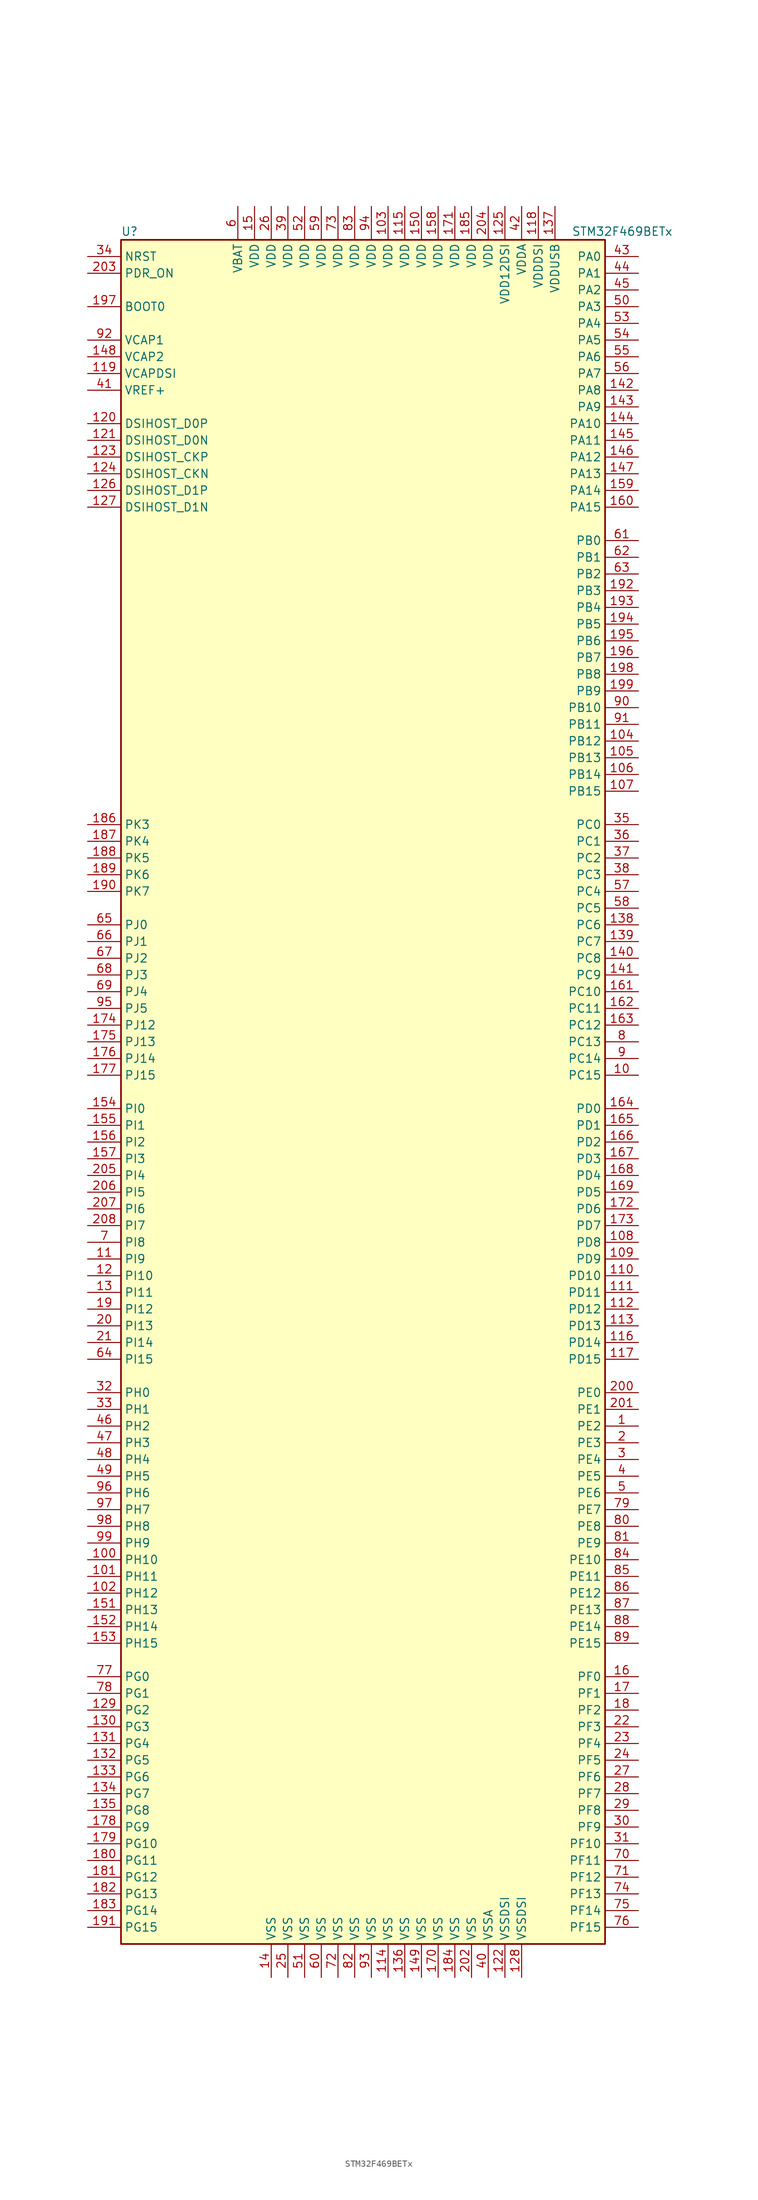
<source format=kicad_sym>
(kicad_symbol_lib
  (version 20220914)
  (generator kicad_symbol_editor)
  (symbol "STM32F469BETx"
    (property "Reference" "U"
      (at -38.1 130.81 0)
      (effects (font (size 1.27 1.27)) (justify left)))
    (property "Value" "STM32F469BETx"
      (at 30.48 130.81 0)
      (effects (font (size 1.27 1.27)) (justify left)))
    (symbol "STM32F469BETx_0_1"
      (rectangle (start -38.1 -129.54) (end 35.56 129.54) (stroke (width 0.254) (type default)) (fill (type background))))
    (symbol "STM32F469BETx_1_1"
      (pin bidirectional line (at 40.64 -50.8 180) (length 5.08) (name "PE2" (effects (font (size 1.27 1.27)))) (number "1" (effects (font (size 1.27 1.27)))))
      (pin bidirectional line (at 40.64 2.54 180) (length 5.08) (name "PC15" (effects (font (size 1.27 1.27)))) (number "10" (effects (font (size 1.27 1.27)))))
      (pin bidirectional line (at -43.18 -71.12 0) (length 5.08) (name "PH10" (effects (font (size 1.27 1.27)))) (number "100" (effects (font (size 1.27 1.27)))))
      (pin bidirectional line (at -43.18 -73.66 0) (length 5.08) (name "PH11" (effects (font (size 1.27 1.27)))) (number "101" (effects (font (size 1.27 1.27)))))
      (pin bidirectional line (at -43.18 -76.2 0) (length 5.08) (name "PH12" (effects (font (size 1.27 1.27)))) (number "102" (effects (font (size 1.27 1.27)))))
      (pin power_in line (at 2.54 134.62 270) (length 5.08) (name "VDD" (effects (font (size 1.27 1.27)))) (number "103" (effects (font (size 1.27 1.27)))))
      (pin bidirectional line (at 40.64 53.34 180) (length 5.08) (name "PB12" (effects (font (size 1.27 1.27)))) (number "104" (effects (font (size 1.27 1.27)))))
      (pin bidirectional line (at 40.64 50.8 180) (length 5.08) (name "PB13" (effects (font (size 1.27 1.27)))) (number "105" (effects (font (size 1.27 1.27)))))
      (pin bidirectional line (at 40.64 48.26 180) (length 5.08) (name "PB14" (effects (font (size 1.27 1.27)))) (number "106" (effects (font (size 1.27 1.27)))))
      (pin bidirectional line (at 40.64 45.72 180) (length 5.08) (name "PB15" (effects (font (size 1.27 1.27)))) (number "107" (effects (font (size 1.27 1.27)))))
      (pin bidirectional line (at 40.64 -22.86 180) (length 5.08) (name "PD8" (effects (font (size 1.27 1.27)))) (number "108" (effects (font (size 1.27 1.27)))))
      (pin bidirectional line (at 40.64 -25.4 180) (length 5.08) (name "PD9" (effects (font (size 1.27 1.27)))) (number "109" (effects (font (size 1.27 1.27)))))
      (pin bidirectional line (at -43.18 -25.4 0) (length 5.08) (name "PI9" (effects (font (size 1.27 1.27)))) (number "11" (effects (font (size 1.27 1.27)))))
      (pin bidirectional line (at 40.64 -27.94 180) (length 5.08) (name "PD10" (effects (font (size 1.27 1.27)))) (number "110" (effects (font (size 1.27 1.27)))))
      (pin bidirectional line (at 40.64 -30.48 180) (length 5.08) (name "PD11" (effects (font (size 1.27 1.27)))) (number "111" (effects (font (size 1.27 1.27)))))
      (pin bidirectional line (at 40.64 -33.02 180) (length 5.08) (name "PD12" (effects (font (size 1.27 1.27)))) (number "112" (effects (font (size 1.27 1.27)))))
      (pin bidirectional line (at 40.64 -35.56 180) (length 5.08) (name "PD13" (effects (font (size 1.27 1.27)))) (number "113" (effects (font (size 1.27 1.27)))))
      (pin power_in line (at 2.54 -134.62 90) (length 5.08) (name "VSS" (effects (font (size 1.27 1.27)))) (number "114" (effects (font (size 1.27 1.27)))))
      (pin power_in line (at 5.08 134.62 270) (length 5.08) (name "VDD" (effects (font (size 1.27 1.27)))) (number "115" (effects (font (size 1.27 1.27)))))
      (pin bidirectional line (at 40.64 -38.1 180) (length 5.08) (name "PD14" (effects (font (size 1.27 1.27)))) (number "116" (effects (font (size 1.27 1.27)))))
      (pin bidirectional line (at 40.64 -40.64 180) (length 5.08) (name "PD15" (effects (font (size 1.27 1.27)))) (number "117" (effects (font (size 1.27 1.27)))))
      (pin power_in line (at 25.4 134.62 270) (length 5.08) (name "VDDDSI" (effects (font (size 1.27 1.27)))) (number "118" (effects (font (size 1.27 1.27)))))
      (pin power_in line (at -43.18 109.22 0) (length 5.08) (name "VCAPDSI" (effects (font (size 1.27 1.27)))) (number "119" (effects (font (size 1.27 1.27)))))
      (pin bidirectional line (at -43.18 -27.94 0) (length 5.08) (name "PI10" (effects (font (size 1.27 1.27)))) (number "12" (effects (font (size 1.27 1.27)))))
      (pin bidirectional line (at -43.18 101.6 0) (length 5.08) (name "DSIHOST_D0P" (effects (font (size 1.27 1.27)))) (number "120" (effects (font (size 1.27 1.27)))))
      (pin bidirectional line (at -43.18 99.06 0) (length 5.08) (name "DSIHOST_D0N" (effects (font (size 1.27 1.27)))) (number "121" (effects (font (size 1.27 1.27)))))
      (pin power_in line (at 20.32 -134.62 90) (length 5.08) (name "VSSDSI" (effects (font (size 1.27 1.27)))) (number "122" (effects (font (size 1.27 1.27)))))
      (pin bidirectional line (at -43.18 96.52 0) (length 5.08) (name "DSIHOST_CKP" (effects (font (size 1.27 1.27)))) (number "123" (effects (font (size 1.27 1.27)))))
      (pin bidirectional line (at -43.18 93.98 0) (length 5.08) (name "DSIHOST_CKN" (effects (font (size 1.27 1.27)))) (number "124" (effects (font (size 1.27 1.27)))))
      (pin power_in line (at 20.32 134.62 270) (length 5.08) (name "VDD12DSI" (effects (font (size 1.27 1.27)))) (number "125" (effects (font (size 1.27 1.27)))))
      (pin bidirectional line (at -43.18 91.44 0) (length 5.08) (name "DSIHOST_D1P" (effects (font (size 1.27 1.27)))) (number "126" (effects (font (size 1.27 1.27)))))
      (pin bidirectional line (at -43.18 88.9 0) (length 5.08) (name "DSIHOST_D1N" (effects (font (size 1.27 1.27)))) (number "127" (effects (font (size 1.27 1.27)))))
      (pin power_in line (at 22.86 -134.62 90) (length 5.08) (name "VSSDSI" (effects (font (size 1.27 1.27)))) (number "128" (effects (font (size 1.27 1.27)))))
      (pin bidirectional line (at -43.18 -93.98 0) (length 5.08) (name "PG2" (effects (font (size 1.27 1.27)))) (number "129" (effects (font (size 1.27 1.27)))))
      (pin bidirectional line (at -43.18 -30.48 0) (length 5.08) (name "PI11" (effects (font (size 1.27 1.27)))) (number "13" (effects (font (size 1.27 1.27)))))
      (pin bidirectional line (at -43.18 -96.52 0) (length 5.08) (name "PG3" (effects (font (size 1.27 1.27)))) (number "130" (effects (font (size 1.27 1.27)))))
      (pin bidirectional line (at -43.18 -99.06 0) (length 5.08) (name "PG4" (effects (font (size 1.27 1.27)))) (number "131" (effects (font (size 1.27 1.27)))))
      (pin bidirectional line (at -43.18 -101.6 0) (length 5.08) (name "PG5" (effects (font (size 1.27 1.27)))) (number "132" (effects (font (size 1.27 1.27)))))
      (pin bidirectional line (at -43.18 -104.14 0) (length 5.08) (name "PG6" (effects (font (size 1.27 1.27)))) (number "133" (effects (font (size 1.27 1.27)))))
      (pin bidirectional line (at -43.18 -106.68 0) (length 5.08) (name "PG7" (effects (font (size 1.27 1.27)))) (number "134" (effects (font (size 1.27 1.27)))))
      (pin bidirectional line (at -43.18 -109.22 0) (length 5.08) (name "PG8" (effects (font (size 1.27 1.27)))) (number "135" (effects (font (size 1.27 1.27)))))
      (pin power_in line (at 5.08 -134.62 90) (length 5.08) (name "VSS" (effects (font (size 1.27 1.27)))) (number "136" (effects (font (size 1.27 1.27)))))
      (pin power_in line (at 27.94 134.62 270) (length 5.08) (name "VDDUSB" (effects (font (size 1.27 1.27)))) (number "137" (effects (font (size 1.27 1.27)))))
      (pin bidirectional line (at 40.64 25.4 180) (length 5.08) (name "PC6" (effects (font (size 1.27 1.27)))) (number "138" (effects (font (size 1.27 1.27)))))
      (pin bidirectional line (at 40.64 22.86 180) (length 5.08) (name "PC7" (effects (font (size 1.27 1.27)))) (number "139" (effects (font (size 1.27 1.27)))))
      (pin power_in line (at -15.24 -134.62 90) (length 5.08) (name "VSS" (effects (font (size 1.27 1.27)))) (number "14" (effects (font (size 1.27 1.27)))))
      (pin bidirectional line (at 40.64 20.32 180) (length 5.08) (name "PC8" (effects (font (size 1.27 1.27)))) (number "140" (effects (font (size 1.27 1.27)))))
      (pin bidirectional line (at 40.64 17.78 180) (length 5.08) (name "PC9" (effects (font (size 1.27 1.27)))) (number "141" (effects (font (size 1.27 1.27)))))
      (pin bidirectional line (at 40.64 106.68 180) (length 5.08) (name "PA8" (effects (font (size 1.27 1.27)))) (number "142" (effects (font (size 1.27 1.27)))))
      (pin bidirectional line (at 40.64 104.14 180) (length 5.08) (name "PA9" (effects (font (size 1.27 1.27)))) (number "143" (effects (font (size 1.27 1.27)))))
      (pin bidirectional line (at 40.64 101.6 180) (length 5.08) (name "PA10" (effects (font (size 1.27 1.27)))) (number "144" (effects (font (size 1.27 1.27)))))
      (pin bidirectional line (at 40.64 99.06 180) (length 5.08) (name "PA11" (effects (font (size 1.27 1.27)))) (number "145" (effects (font (size 1.27 1.27)))))
      (pin bidirectional line (at 40.64 96.52 180) (length 5.08) (name "PA12" (effects (font (size 1.27 1.27)))) (number "146" (effects (font (size 1.27 1.27)))))
      (pin bidirectional line (at 40.64 93.98 180) (length 5.08) (name "PA13" (effects (font (size 1.27 1.27)))) (number "147" (effects (font (size 1.27 1.27)))))
      (pin power_in line (at -43.18 111.76 0) (length 5.08) (name "VCAP2" (effects (font (size 1.27 1.27)))) (number "148" (effects (font (size 1.27 1.27)))))
      (pin power_in line (at 7.62 -134.62 90) (length 5.08) (name "VSS" (effects (font (size 1.27 1.27)))) (number "149" (effects (font (size 1.27 1.27)))))
      (pin power_in line (at -17.78 134.62 270) (length 5.08) (name "VDD" (effects (font (size 1.27 1.27)))) (number "15" (effects (font (size 1.27 1.27)))))
      (pin power_in line (at 7.62 134.62 270) (length 5.08) (name "VDD" (effects (font (size 1.27 1.27)))) (number "150" (effects (font (size 1.27 1.27)))))
      (pin bidirectional line (at -43.18 -78.74 0) (length 5.08) (name "PH13" (effects (font (size 1.27 1.27)))) (number "151" (effects (font (size 1.27 1.27)))))
      (pin bidirectional line (at -43.18 -81.28 0) (length 5.08) (name "PH14" (effects (font (size 1.27 1.27)))) (number "152" (effects (font (size 1.27 1.27)))))
      (pin bidirectional line (at -43.18 -83.82 0) (length 5.08) (name "PH15" (effects (font (size 1.27 1.27)))) (number "153" (effects (font (size 1.27 1.27)))))
      (pin bidirectional line (at -43.18 -2.54 0) (length 5.08) (name "PI0" (effects (font (size 1.27 1.27)))) (number "154" (effects (font (size 1.27 1.27)))))
      (pin bidirectional line (at -43.18 -5.08 0) (length 5.08) (name "PI1" (effects (font (size 1.27 1.27)))) (number "155" (effects (font (size 1.27 1.27)))))
      (pin bidirectional line (at -43.18 -7.62 0) (length 5.08) (name "PI2" (effects (font (size 1.27 1.27)))) (number "156" (effects (font (size 1.27 1.27)))))
      (pin bidirectional line (at -43.18 -10.16 0) (length 5.08) (name "PI3" (effects (font (size 1.27 1.27)))) (number "157" (effects (font (size 1.27 1.27)))))
      (pin power_in line (at 10.16 134.62 270) (length 5.08) (name "VDD" (effects (font (size 1.27 1.27)))) (number "158" (effects (font (size 1.27 1.27)))))
      (pin bidirectional line (at 40.64 91.44 180) (length 5.08) (name "PA14" (effects (font (size 1.27 1.27)))) (number "159" (effects (font (size 1.27 1.27)))))
      (pin bidirectional line (at 40.64 -88.9 180) (length 5.08) (name "PF0" (effects (font (size 1.27 1.27)))) (number "16" (effects (font (size 1.27 1.27)))))
      (pin bidirectional line (at 40.64 88.9 180) (length 5.08) (name "PA15" (effects (font (size 1.27 1.27)))) (number "160" (effects (font (size 1.27 1.27)))))
      (pin bidirectional line (at 40.64 15.24 180) (length 5.08) (name "PC10" (effects (font (size 1.27 1.27)))) (number "161" (effects (font (size 1.27 1.27)))))
      (pin bidirectional line (at 40.64 12.7 180) (length 5.08) (name "PC11" (effects (font (size 1.27 1.27)))) (number "162" (effects (font (size 1.27 1.27)))))
      (pin bidirectional line (at 40.64 10.16 180) (length 5.08) (name "PC12" (effects (font (size 1.27 1.27)))) (number "163" (effects (font (size 1.27 1.27)))))
      (pin bidirectional line (at 40.64 -2.54 180) (length 5.08) (name "PD0" (effects (font (size 1.27 1.27)))) (number "164" (effects (font (size 1.27 1.27)))))
      (pin bidirectional line (at 40.64 -5.08 180) (length 5.08) (name "PD1" (effects (font (size 1.27 1.27)))) (number "165" (effects (font (size 1.27 1.27)))))
      (pin bidirectional line (at 40.64 -7.62 180) (length 5.08) (name "PD2" (effects (font (size 1.27 1.27)))) (number "166" (effects (font (size 1.27 1.27)))))
      (pin bidirectional line (at 40.64 -10.16 180) (length 5.08) (name "PD3" (effects (font (size 1.27 1.27)))) (number "167" (effects (font (size 1.27 1.27)))))
      (pin bidirectional line (at 40.64 -12.7 180) (length 5.08) (name "PD4" (effects (font (size 1.27 1.27)))) (number "168" (effects (font (size 1.27 1.27)))))
      (pin bidirectional line (at 40.64 -15.24 180) (length 5.08) (name "PD5" (effects (font (size 1.27 1.27)))) (number "169" (effects (font (size 1.27 1.27)))))
      (pin bidirectional line (at 40.64 -91.44 180) (length 5.08) (name "PF1" (effects (font (size 1.27 1.27)))) (number "17" (effects (font (size 1.27 1.27)))))
      (pin power_in line (at 10.16 -134.62 90) (length 5.08) (name "VSS" (effects (font (size 1.27 1.27)))) (number "170" (effects (font (size 1.27 1.27)))))
      (pin power_in line (at 12.7 134.62 270) (length 5.08) (name "VDD" (effects (font (size 1.27 1.27)))) (number "171" (effects (font (size 1.27 1.27)))))
      (pin bidirectional line (at 40.64 -17.78 180) (length 5.08) (name "PD6" (effects (font (size 1.27 1.27)))) (number "172" (effects (font (size 1.27 1.27)))))
      (pin bidirectional line (at 40.64 -20.32 180) (length 5.08) (name "PD7" (effects (font (size 1.27 1.27)))) (number "173" (effects (font (size 1.27 1.27)))))
      (pin bidirectional line (at -43.18 10.16 0) (length 5.08) (name "PJ12" (effects (font (size 1.27 1.27)))) (number "174" (effects (font (size 1.27 1.27)))))
      (pin bidirectional line (at -43.18 7.62 0) (length 5.08) (name "PJ13" (effects (font (size 1.27 1.27)))) (number "175" (effects (font (size 1.27 1.27)))))
      (pin bidirectional line (at -43.18 5.08 0) (length 5.08) (name "PJ14" (effects (font (size 1.27 1.27)))) (number "176" (effects (font (size 1.27 1.27)))))
      (pin bidirectional line (at -43.18 2.54 0) (length 5.08) (name "PJ15" (effects (font (size 1.27 1.27)))) (number "177" (effects (font (size 1.27 1.27)))))
      (pin bidirectional line (at -43.18 -111.76 0) (length 5.08) (name "PG9" (effects (font (size 1.27 1.27)))) (number "178" (effects (font (size 1.27 1.27)))))
      (pin bidirectional line (at -43.18 -114.3 0) (length 5.08) (name "PG10" (effects (font (size 1.27 1.27)))) (number "179" (effects (font (size 1.27 1.27)))))
      (pin bidirectional line (at 40.64 -93.98 180) (length 5.08) (name "PF2" (effects (font (size 1.27 1.27)))) (number "18" (effects (font (size 1.27 1.27)))))
      (pin bidirectional line (at -43.18 -116.84 0) (length 5.08) (name "PG11" (effects (font (size 1.27 1.27)))) (number "180" (effects (font (size 1.27 1.27)))))
      (pin bidirectional line (at -43.18 -119.38 0) (length 5.08) (name "PG12" (effects (font (size 1.27 1.27)))) (number "181" (effects (font (size 1.27 1.27)))))
      (pin bidirectional line (at -43.18 -121.92 0) (length 5.08) (name "PG13" (effects (font (size 1.27 1.27)))) (number "182" (effects (font (size 1.27 1.27)))))
      (pin bidirectional line (at -43.18 -124.46 0) (length 5.08) (name "PG14" (effects (font (size 1.27 1.27)))) (number "183" (effects (font (size 1.27 1.27)))))
      (pin power_in line (at 12.7 -134.62 90) (length 5.08) (name "VSS" (effects (font (size 1.27 1.27)))) (number "184" (effects (font (size 1.27 1.27)))))
      (pin power_in line (at 15.24 134.62 270) (length 5.08) (name "VDD" (effects (font (size 1.27 1.27)))) (number "185" (effects (font (size 1.27 1.27)))))
      (pin bidirectional line (at -43.18 40.64 0) (length 5.08) (name "PK3" (effects (font (size 1.27 1.27)))) (number "186" (effects (font (size 1.27 1.27)))))
      (pin bidirectional line (at -43.18 38.1 0) (length 5.08) (name "PK4" (effects (font (size 1.27 1.27)))) (number "187" (effects (font (size 1.27 1.27)))))
      (pin bidirectional line (at -43.18 35.56 0) (length 5.08) (name "PK5" (effects (font (size 1.27 1.27)))) (number "188" (effects (font (size 1.27 1.27)))))
      (pin bidirectional line (at -43.18 33.02 0) (length 5.08) (name "PK6" (effects (font (size 1.27 1.27)))) (number "189" (effects (font (size 1.27 1.27)))))
      (pin bidirectional line (at -43.18 -33.02 0) (length 5.08) (name "PI12" (effects (font (size 1.27 1.27)))) (number "19" (effects (font (size 1.27 1.27)))))
      (pin bidirectional line (at -43.18 30.48 0) (length 5.08) (name "PK7" (effects (font (size 1.27 1.27)))) (number "190" (effects (font (size 1.27 1.27)))))
      (pin bidirectional line (at -43.18 -127 0) (length 5.08) (name "PG15" (effects (font (size 1.27 1.27)))) (number "191" (effects (font (size 1.27 1.27)))))
      (pin bidirectional line (at 40.64 76.2 180) (length 5.08) (name "PB3" (effects (font (size 1.27 1.27)))) (number "192" (effects (font (size 1.27 1.27)))))
      (pin bidirectional line (at 40.64 73.66 180) (length 5.08) (name "PB4" (effects (font (size 1.27 1.27)))) (number "193" (effects (font (size 1.27 1.27)))))
      (pin bidirectional line (at 40.64 71.12 180) (length 5.08) (name "PB5" (effects (font (size 1.27 1.27)))) (number "194" (effects (font (size 1.27 1.27)))))
      (pin bidirectional line (at 40.64 68.58 180) (length 5.08) (name "PB6" (effects (font (size 1.27 1.27)))) (number "195" (effects (font (size 1.27 1.27)))))
      (pin bidirectional line (at 40.64 66.04 180) (length 5.08) (name "PB7" (effects (font (size 1.27 1.27)))) (number "196" (effects (font (size 1.27 1.27)))))
      (pin input line (at -43.18 119.38 0) (length 5.08) (name "BOOT0" (effects (font (size 1.27 1.27)))) (number "197" (effects (font (size 1.27 1.27)))))
      (pin bidirectional line (at 40.64 63.5 180) (length 5.08) (name "PB8" (effects (font (size 1.27 1.27)))) (number "198" (effects (font (size 1.27 1.27)))))
      (pin bidirectional line (at 40.64 60.96 180) (length 5.08) (name "PB9" (effects (font (size 1.27 1.27)))) (number "199" (effects (font (size 1.27 1.27)))))
      (pin bidirectional line (at 40.64 -53.34 180) (length 5.08) (name "PE3" (effects (font (size 1.27 1.27)))) (number "2" (effects (font (size 1.27 1.27)))))
      (pin bidirectional line (at -43.18 -35.56 0) (length 5.08) (name "PI13" (effects (font (size 1.27 1.27)))) (number "20" (effects (font (size 1.27 1.27)))))
      (pin bidirectional line (at 40.64 -45.72 180) (length 5.08) (name "PE0" (effects (font (size 1.27 1.27)))) (number "200" (effects (font (size 1.27 1.27)))))
      (pin bidirectional line (at 40.64 -48.26 180) (length 5.08) (name "PE1" (effects (font (size 1.27 1.27)))) (number "201" (effects (font (size 1.27 1.27)))))
      (pin power_in line (at 15.24 -134.62 90) (length 5.08) (name "VSS" (effects (font (size 1.27 1.27)))) (number "202" (effects (font (size 1.27 1.27)))))
      (pin input line (at -43.18 124.46 0) (length 5.08) (name "PDR_ON" (effects (font (size 1.27 1.27)))) (number "203" (effects (font (size 1.27 1.27)))))
      (pin power_in line (at 17.78 134.62 270) (length 5.08) (name "VDD" (effects (font (size 1.27 1.27)))) (number "204" (effects (font (size 1.27 1.27)))))
      (pin bidirectional line (at -43.18 -12.7 0) (length 5.08) (name "PI4" (effects (font (size 1.27 1.27)))) (number "205" (effects (font (size 1.27 1.27)))))
      (pin bidirectional line (at -43.18 -15.24 0) (length 5.08) (name "PI5" (effects (font (size 1.27 1.27)))) (number "206" (effects (font (size 1.27 1.27)))))
      (pin bidirectional line (at -43.18 -17.78 0) (length 5.08) (name "PI6" (effects (font (size 1.27 1.27)))) (number "207" (effects (font (size 1.27 1.27)))))
      (pin bidirectional line (at -43.18 -20.32 0) (length 5.08) (name "PI7" (effects (font (size 1.27 1.27)))) (number "208" (effects (font (size 1.27 1.27)))))
      (pin bidirectional line (at -43.18 -38.1 0) (length 5.08) (name "PI14" (effects (font (size 1.27 1.27)))) (number "21" (effects (font (size 1.27 1.27)))))
      (pin bidirectional line (at 40.64 -96.52 180) (length 5.08) (name "PF3" (effects (font (size 1.27 1.27)))) (number "22" (effects (font (size 1.27 1.27)))))
      (pin bidirectional line (at 40.64 -99.06 180) (length 5.08) (name "PF4" (effects (font (size 1.27 1.27)))) (number "23" (effects (font (size 1.27 1.27)))))
      (pin bidirectional line (at 40.64 -101.6 180) (length 5.08) (name "PF5" (effects (font (size 1.27 1.27)))) (number "24" (effects (font (size 1.27 1.27)))))
      (pin power_in line (at -12.7 -134.62 90) (length 5.08) (name "VSS" (effects (font (size 1.27 1.27)))) (number "25" (effects (font (size 1.27 1.27)))))
      (pin power_in line (at -15.24 134.62 270) (length 5.08) (name "VDD" (effects (font (size 1.27 1.27)))) (number "26" (effects (font (size 1.27 1.27)))))
      (pin bidirectional line (at 40.64 -104.14 180) (length 5.08) (name "PF6" (effects (font (size 1.27 1.27)))) (number "27" (effects (font (size 1.27 1.27)))))
      (pin bidirectional line (at 40.64 -106.68 180) (length 5.08) (name "PF7" (effects (font (size 1.27 1.27)))) (number "28" (effects (font (size 1.27 1.27)))))
      (pin bidirectional line (at 40.64 -109.22 180) (length 5.08) (name "PF8" (effects (font (size 1.27 1.27)))) (number "29" (effects (font (size 1.27 1.27)))))
      (pin bidirectional line (at 40.64 -55.88 180) (length 5.08) (name "PE4" (effects (font (size 1.27 1.27)))) (number "3" (effects (font (size 1.27 1.27)))))
      (pin bidirectional line (at 40.64 -111.76 180) (length 5.08) (name "PF9" (effects (font (size 1.27 1.27)))) (number "30" (effects (font (size 1.27 1.27)))))
      (pin bidirectional line (at 40.64 -114.3 180) (length 5.08) (name "PF10" (effects (font (size 1.27 1.27)))) (number "31" (effects (font (size 1.27 1.27)))))
      (pin input line (at -43.18 -45.72 0) (length 5.08) (name "PH0" (effects (font (size 1.27 1.27)))) (number "32" (effects (font (size 1.27 1.27)))))
      (pin input line (at -43.18 -48.26 0) (length 5.08) (name "PH1" (effects (font (size 1.27 1.27)))) (number "33" (effects (font (size 1.27 1.27)))))
      (pin input line (at -43.18 127 0) (length 5.08) (name "NRST" (effects (font (size 1.27 1.27)))) (number "34" (effects (font (size 1.27 1.27)))))
      (pin bidirectional line (at 40.64 40.64 180) (length 5.08) (name "PC0" (effects (font (size 1.27 1.27)))) (number "35" (effects (font (size 1.27 1.27)))))
      (pin bidirectional line (at 40.64 38.1 180) (length 5.08) (name "PC1" (effects (font (size 1.27 1.27)))) (number "36" (effects (font (size 1.27 1.27)))))
      (pin bidirectional line (at 40.64 35.56 180) (length 5.08) (name "PC2" (effects (font (size 1.27 1.27)))) (number "37" (effects (font (size 1.27 1.27)))))
      (pin bidirectional line (at 40.64 33.02 180) (length 5.08) (name "PC3" (effects (font (size 1.27 1.27)))) (number "38" (effects (font (size 1.27 1.27)))))
      (pin power_in line (at -12.7 134.62 270) (length 5.08) (name "VDD" (effects (font (size 1.27 1.27)))) (number "39" (effects (font (size 1.27 1.27)))))
      (pin bidirectional line (at 40.64 -58.42 180) (length 5.08) (name "PE5" (effects (font (size 1.27 1.27)))) (number "4" (effects (font (size 1.27 1.27)))))
      (pin power_in line (at 17.78 -134.62 90) (length 5.08) (name "VSSA" (effects (font (size 1.27 1.27)))) (number "40" (effects (font (size 1.27 1.27)))))
      (pin power_in line (at -43.18 106.68 0) (length 5.08) (name "VREF+" (effects (font (size 1.27 1.27)))) (number "41" (effects (font (size 1.27 1.27)))))
      (pin power_in line (at 22.86 134.62 270) (length 5.08) (name "VDDA" (effects (font (size 1.27 1.27)))) (number "42" (effects (font (size 1.27 1.27)))))
      (pin bidirectional line (at 40.64 127 180) (length 5.08) (name "PA0" (effects (font (size 1.27 1.27)))) (number "43" (effects (font (size 1.27 1.27)))))
      (pin bidirectional line (at 40.64 124.46 180) (length 5.08) (name "PA1" (effects (font (size 1.27 1.27)))) (number "44" (effects (font (size 1.27 1.27)))))
      (pin bidirectional line (at 40.64 121.92 180) (length 5.08) (name "PA2" (effects (font (size 1.27 1.27)))) (number "45" (effects (font (size 1.27 1.27)))))
      (pin bidirectional line (at -43.18 -50.8 0) (length 5.08) (name "PH2" (effects (font (size 1.27 1.27)))) (number "46" (effects (font (size 1.27 1.27)))))
      (pin bidirectional line (at -43.18 -53.34 0) (length 5.08) (name "PH3" (effects (font (size 1.27 1.27)))) (number "47" (effects (font (size 1.27 1.27)))))
      (pin bidirectional line (at -43.18 -55.88 0) (length 5.08) (name "PH4" (effects (font (size 1.27 1.27)))) (number "48" (effects (font (size 1.27 1.27)))))
      (pin bidirectional line (at -43.18 -58.42 0) (length 5.08) (name "PH5" (effects (font (size 1.27 1.27)))) (number "49" (effects (font (size 1.27 1.27)))))
      (pin bidirectional line (at 40.64 -60.96 180) (length 5.08) (name "PE6" (effects (font (size 1.27 1.27)))) (number "5" (effects (font (size 1.27 1.27)))))
      (pin bidirectional line (at 40.64 119.38 180) (length 5.08) (name "PA3" (effects (font (size 1.27 1.27)))) (number "50" (effects (font (size 1.27 1.27)))))
      (pin power_in line (at -10.16 -134.62 90) (length 5.08) (name "VSS" (effects (font (size 1.27 1.27)))) (number "51" (effects (font (size 1.27 1.27)))))
      (pin power_in line (at -10.16 134.62 270) (length 5.08) (name "VDD" (effects (font (size 1.27 1.27)))) (number "52" (effects (font (size 1.27 1.27)))))
      (pin bidirectional line (at 40.64 116.84 180) (length 5.08) (name "PA4" (effects (font (size 1.27 1.27)))) (number "53" (effects (font (size 1.27 1.27)))))
      (pin bidirectional line (at 40.64 114.3 180) (length 5.08) (name "PA5" (effects (font (size 1.27 1.27)))) (number "54" (effects (font (size 1.27 1.27)))))
      (pin bidirectional line (at 40.64 111.76 180) (length 5.08) (name "PA6" (effects (font (size 1.27 1.27)))) (number "55" (effects (font (size 1.27 1.27)))))
      (pin bidirectional line (at 40.64 109.22 180) (length 5.08) (name "PA7" (effects (font (size 1.27 1.27)))) (number "56" (effects (font (size 1.27 1.27)))))
      (pin bidirectional line (at 40.64 30.48 180) (length 5.08) (name "PC4" (effects (font (size 1.27 1.27)))) (number "57" (effects (font (size 1.27 1.27)))))
      (pin bidirectional line (at 40.64 27.94 180) (length 5.08) (name "PC5" (effects (font (size 1.27 1.27)))) (number "58" (effects (font (size 1.27 1.27)))))
      (pin power_in line (at -7.62 134.62 270) (length 5.08) (name "VDD" (effects (font (size 1.27 1.27)))) (number "59" (effects (font (size 1.27 1.27)))))
      (pin power_in line (at -20.32 134.62 270) (length 5.08) (name "VBAT" (effects (font (size 1.27 1.27)))) (number "6" (effects (font (size 1.27 1.27)))))
      (pin power_in line (at -7.62 -134.62 90) (length 5.08) (name "VSS" (effects (font (size 1.27 1.27)))) (number "60" (effects (font (size 1.27 1.27)))))
      (pin bidirectional line (at 40.64 83.82 180) (length 5.08) (name "PB0" (effects (font (size 1.27 1.27)))) (number "61" (effects (font (size 1.27 1.27)))))
      (pin bidirectional line (at 40.64 81.28 180) (length 5.08) (name "PB1" (effects (font (size 1.27 1.27)))) (number "62" (effects (font (size 1.27 1.27)))))
      (pin bidirectional line (at 40.64 78.74 180) (length 5.08) (name "PB2" (effects (font (size 1.27 1.27)))) (number "63" (effects (font (size 1.27 1.27)))))
      (pin bidirectional line (at -43.18 -40.64 0) (length 5.08) (name "PI15" (effects (font (size 1.27 1.27)))) (number "64" (effects (font (size 1.27 1.27)))))
      (pin bidirectional line (at -43.18 25.4 0) (length 5.08) (name "PJ0" (effects (font (size 1.27 1.27)))) (number "65" (effects (font (size 1.27 1.27)))))
      (pin bidirectional line (at -43.18 22.86 0) (length 5.08) (name "PJ1" (effects (font (size 1.27 1.27)))) (number "66" (effects (font (size 1.27 1.27)))))
      (pin bidirectional line (at -43.18 20.32 0) (length 5.08) (name "PJ2" (effects (font (size 1.27 1.27)))) (number "67" (effects (font (size 1.27 1.27)))))
      (pin bidirectional line (at -43.18 17.78 0) (length 5.08) (name "PJ3" (effects (font (size 1.27 1.27)))) (number "68" (effects (font (size 1.27 1.27)))))
      (pin bidirectional line (at -43.18 15.24 0) (length 5.08) (name "PJ4" (effects (font (size 1.27 1.27)))) (number "69" (effects (font (size 1.27 1.27)))))
      (pin bidirectional line (at -43.18 -22.86 0) (length 5.08) (name "PI8" (effects (font (size 1.27 1.27)))) (number "7" (effects (font (size 1.27 1.27)))))
      (pin bidirectional line (at 40.64 -116.84 180) (length 5.08) (name "PF11" (effects (font (size 1.27 1.27)))) (number "70" (effects (font (size 1.27 1.27)))))
      (pin bidirectional line (at 40.64 -119.38 180) (length 5.08) (name "PF12" (effects (font (size 1.27 1.27)))) (number "71" (effects (font (size 1.27 1.27)))))
      (pin power_in line (at -5.08 -134.62 90) (length 5.08) (name "VSS" (effects (font (size 1.27 1.27)))) (number "72" (effects (font (size 1.27 1.27)))))
      (pin power_in line (at -5.08 134.62 270) (length 5.08) (name "VDD" (effects (font (size 1.27 1.27)))) (number "73" (effects (font (size 1.27 1.27)))))
      (pin bidirectional line (at 40.64 -121.92 180) (length 5.08) (name "PF13" (effects (font (size 1.27 1.27)))) (number "74" (effects (font (size 1.27 1.27)))))
      (pin bidirectional line (at 40.64 -124.46 180) (length 5.08) (name "PF14" (effects (font (size 1.27 1.27)))) (number "75" (effects (font (size 1.27 1.27)))))
      (pin bidirectional line (at 40.64 -127 180) (length 5.08) (name "PF15" (effects (font (size 1.27 1.27)))) (number "76" (effects (font (size 1.27 1.27)))))
      (pin bidirectional line (at -43.18 -88.9 0) (length 5.08) (name "PG0" (effects (font (size 1.27 1.27)))) (number "77" (effects (font (size 1.27 1.27)))))
      (pin bidirectional line (at -43.18 -91.44 0) (length 5.08) (name "PG1" (effects (font (size 1.27 1.27)))) (number "78" (effects (font (size 1.27 1.27)))))
      (pin bidirectional line (at 40.64 -63.5 180) (length 5.08) (name "PE7" (effects (font (size 1.27 1.27)))) (number "79" (effects (font (size 1.27 1.27)))))
      (pin bidirectional line (at 40.64 7.62 180) (length 5.08) (name "PC13" (effects (font (size 1.27 1.27)))) (number "8" (effects (font (size 1.27 1.27)))))
      (pin bidirectional line (at 40.64 -66.04 180) (length 5.08) (name "PE8" (effects (font (size 1.27 1.27)))) (number "80" (effects (font (size 1.27 1.27)))))
      (pin bidirectional line (at 40.64 -68.58 180) (length 5.08) (name "PE9" (effects (font (size 1.27 1.27)))) (number "81" (effects (font (size 1.27 1.27)))))
      (pin power_in line (at -2.54 -134.62 90) (length 5.08) (name "VSS" (effects (font (size 1.27 1.27)))) (number "82" (effects (font (size 1.27 1.27)))))
      (pin power_in line (at -2.54 134.62 270) (length 5.08) (name "VDD" (effects (font (size 1.27 1.27)))) (number "83" (effects (font (size 1.27 1.27)))))
      (pin bidirectional line (at 40.64 -71.12 180) (length 5.08) (name "PE10" (effects (font (size 1.27 1.27)))) (number "84" (effects (font (size 1.27 1.27)))))
      (pin bidirectional line (at 40.64 -73.66 180) (length 5.08) (name "PE11" (effects (font (size 1.27 1.27)))) (number "85" (effects (font (size 1.27 1.27)))))
      (pin bidirectional line (at 40.64 -76.2 180) (length 5.08) (name "PE12" (effects (font (size 1.27 1.27)))) (number "86" (effects (font (size 1.27 1.27)))))
      (pin bidirectional line (at 40.64 -78.74 180) (length 5.08) (name "PE13" (effects (font (size 1.27 1.27)))) (number "87" (effects (font (size 1.27 1.27)))))
      (pin bidirectional line (at 40.64 -81.28 180) (length 5.08) (name "PE14" (effects (font (size 1.27 1.27)))) (number "88" (effects (font (size 1.27 1.27)))))
      (pin bidirectional line (at 40.64 -83.82 180) (length 5.08) (name "PE15" (effects (font (size 1.27 1.27)))) (number "89" (effects (font (size 1.27 1.27)))))
      (pin bidirectional line (at 40.64 5.08 180) (length 5.08) (name "PC14" (effects (font (size 1.27 1.27)))) (number "9" (effects (font (size 1.27 1.27)))))
      (pin bidirectional line (at 40.64 58.42 180) (length 5.08) (name "PB10" (effects (font (size 1.27 1.27)))) (number "90" (effects (font (size 1.27 1.27)))))
      (pin bidirectional line (at 40.64 55.88 180) (length 5.08) (name "PB11" (effects (font (size 1.27 1.27)))) (number "91" (effects (font (size 1.27 1.27)))))
      (pin power_in line (at -43.18 114.3 0) (length 5.08) (name "VCAP1" (effects (font (size 1.27 1.27)))) (number "92" (effects (font (size 1.27 1.27)))))
      (pin power_in line (at 0 -134.62 90) (length 5.08) (name "VSS" (effects (font (size 1.27 1.27)))) (number "93" (effects (font (size 1.27 1.27)))))
      (pin power_in line (at 0 134.62 270) (length 5.08) (name "VDD" (effects (font (size 1.27 1.27)))) (number "94" (effects (font (size 1.27 1.27)))))
      (pin bidirectional line (at -43.18 12.7 0) (length 5.08) (name "PJ5" (effects (font (size 1.27 1.27)))) (number "95" (effects (font (size 1.27 1.27)))))
      (pin bidirectional line (at -43.18 -60.96 0) (length 5.08) (name "PH6" (effects (font (size 1.27 1.27)))) (number "96" (effects (font (size 1.27 1.27)))))
      (pin bidirectional line (at -43.18 -63.5 0) (length 5.08) (name "PH7" (effects (font (size 1.27 1.27)))) (number "97" (effects (font (size 1.27 1.27)))))
      (pin bidirectional line (at -43.18 -66.04 0) (length 5.08) (name "PH8" (effects (font (size 1.27 1.27)))) (number "98" (effects (font (size 1.27 1.27)))))
      (pin bidirectional line (at -43.18 -68.58 0) (length 5.08) (name "PH9" (effects (font (size 1.27 1.27)))) (number "99" (effects (font (size 1.27 1.27))))))))
</source>
